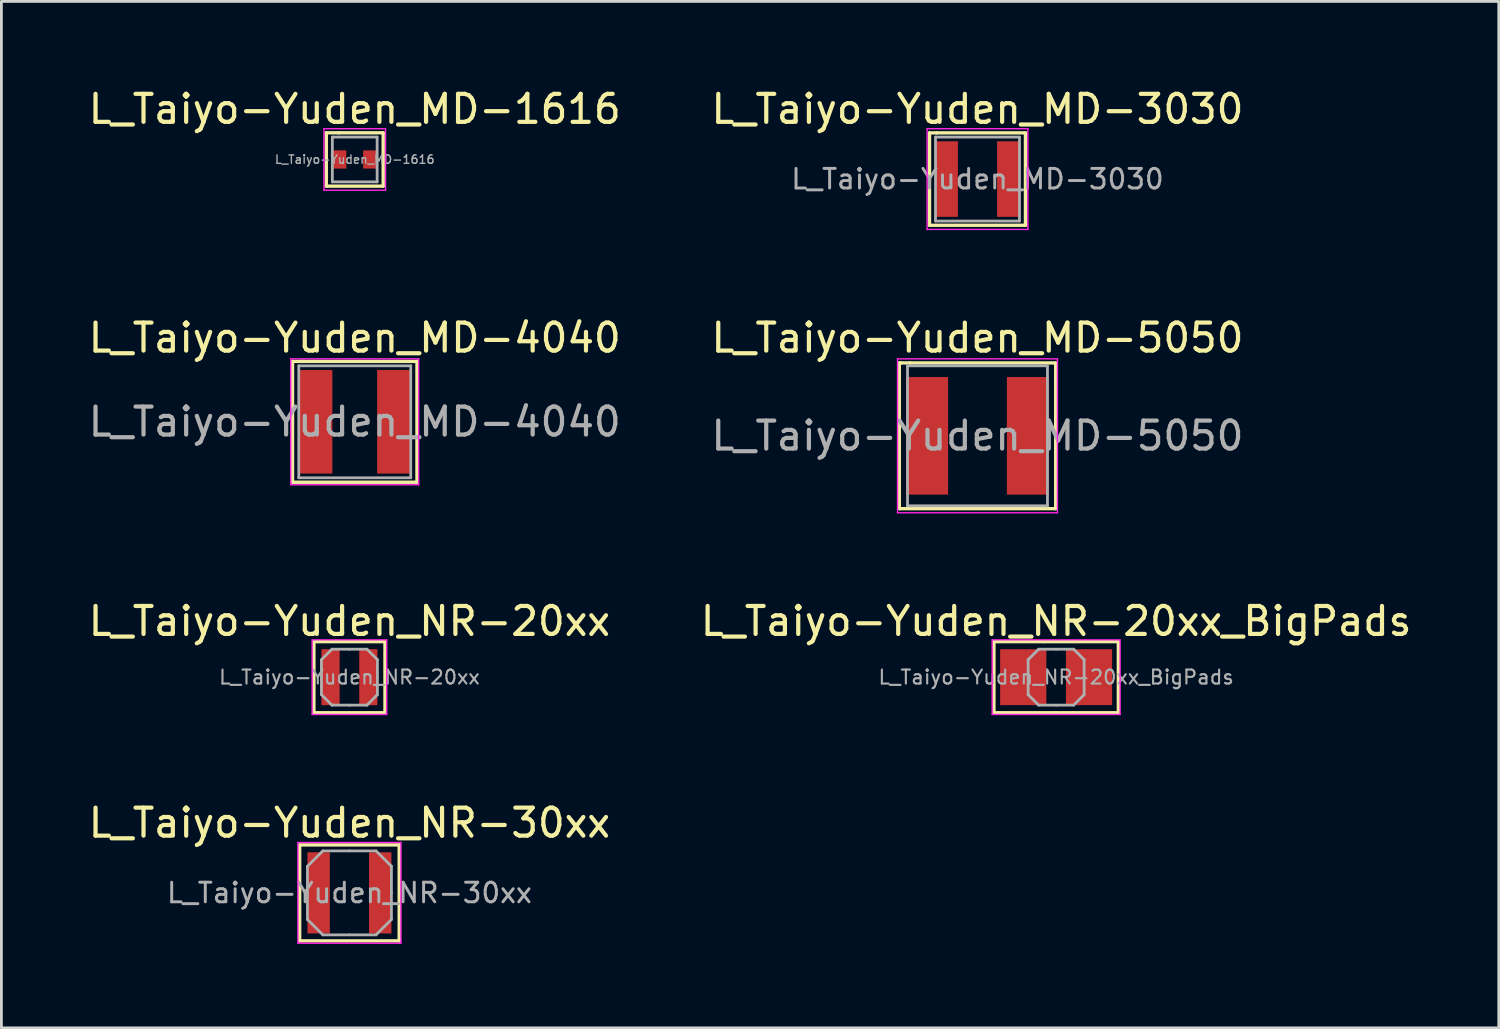
<source format=kicad_pcb>
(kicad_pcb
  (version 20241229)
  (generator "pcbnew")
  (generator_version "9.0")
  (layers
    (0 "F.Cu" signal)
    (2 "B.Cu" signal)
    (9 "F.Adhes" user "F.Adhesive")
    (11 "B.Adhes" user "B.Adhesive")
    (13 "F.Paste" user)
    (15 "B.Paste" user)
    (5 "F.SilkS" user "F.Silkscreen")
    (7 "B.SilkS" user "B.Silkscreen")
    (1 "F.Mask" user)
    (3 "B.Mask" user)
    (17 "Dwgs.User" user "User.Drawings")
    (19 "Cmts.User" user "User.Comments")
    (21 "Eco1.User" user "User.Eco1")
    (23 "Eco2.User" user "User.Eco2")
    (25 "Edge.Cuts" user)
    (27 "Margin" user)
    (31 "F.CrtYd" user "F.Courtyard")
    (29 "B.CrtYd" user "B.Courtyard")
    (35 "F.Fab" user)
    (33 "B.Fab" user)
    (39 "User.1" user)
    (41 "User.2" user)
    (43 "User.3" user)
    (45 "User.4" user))
  (footprint "L_Taiyo-Yuden_MD-1616"
    (layer "F.Cu")
    (at 9.625 2.648)
    (property "Reference" "L_Taiyo-Yuden_MD-1616" (at 0 -1.8 0) (layer "F.SilkS") (effects (font (size 1 1) (thickness 0.15))))
    (attr smd)
    (fp_line (start -1.016 -0.953) (end -1.016 0.953) (stroke (width 0.12) (type solid)) (layer "F.SilkS"))
    (fp_line (start -1.016 0.953) (end 1.016 0.953) (stroke (width 0.12) (type solid)) (layer "F.SilkS"))
    (fp_line (start -0.572 -0.953) (end -1.016 -0.953) (stroke (width 0.12) (type solid)) (layer "F.SilkS"))
    (fp_line (start 1.016 -0.953) (end -0.572 -0.953) (stroke (width 0.12) (type solid)) (layer "F.SilkS"))
    (fp_line (start 1.016 0.953) (end 1.016 -0.953) (stroke (width 0.12) (type solid)) (layer "F.SilkS"))
    (fp_line (start -1.1 -1.1) (end -1.1 1.1) (stroke (width 0.05) (type solid)) (layer "F.CrtYd"))
    (fp_line (start -1.1 1.1) (end 1.1 1.1) (stroke (width 0.05) (type solid)) (layer "F.CrtYd"))
    (fp_line (start 1.1 -1.1) (end -1.1 -1.1) (stroke (width 0.05) (type solid)) (layer "F.CrtYd"))
    (fp_line (start 1.1 1.1) (end 1.1 -1.1) (stroke (width 0.05) (type solid)) (layer "F.CrtYd"))
    (fp_line (start -0.8 -0.8) (end -0.8 0.8) (stroke (width 0.1) (type solid)) (layer "F.Fab"))
    (fp_line (start -0.8 0.8) (end 0.8 0.8) (stroke (width 0.1) (type solid)) (layer "F.Fab"))
    (fp_line (start 0.8 -0.8) (end -0.8 -0.8) (stroke (width 0.1) (type solid)) (layer "F.Fab"))
    (fp_line (start 0.8 0.8) (end 0.8 -0.8) (stroke (width 0.1) (type solid)) (layer "F.Fab"))
    (fp_text user "${REFERENCE}" (at 0 0 0) (layer "F.Fab") (effects (font (size 0.3 0.3) (thickness 0.05))))
    (pad "1" smd rect (at -0.55 0) (size 0.5 0.65) (layers "F.Cu" "F.Mask" "F.Paste"))
    (pad "2" smd rect (at 0.55 0) (size 0.5 0.65) (layers "F.Cu" "F.Mask" "F.Paste")))
  (footprint "L_Taiyo-Yuden_NR-20xx"
    (layer "F.Cu")
    (at 9.435 21.145)
    (property "Reference" "L_Taiyo-Yuden_NR-20xx" (at 0 -2 0) (layer "F.SilkS") (effects (font (size 1 1) (thickness 0.15))))
    (attr smd)
    (fp_line (start -1.27 -1.27) (end 1.27 -1.27) (stroke (width 0.12) (type solid)) (layer "F.SilkS"))
    (fp_line (start -1.27 1.27) (end -1.27 -1.27) (stroke (width 0.12) (type solid)) (layer "F.SilkS"))
    (fp_line (start 1.27 -1.27) (end 1.27 1.27) (stroke (width 0.12) (type solid)) (layer "F.SilkS"))
    (fp_line (start 1.27 1.27) (end -1.27 1.27) (stroke (width 0.12) (type solid)) (layer "F.SilkS"))
    (fp_line (start -1.333 -1.333) (end -1.333 1.333) (stroke (width 0.05) (type solid)) (layer "F.CrtYd"))
    (fp_line (start -1.333 1.333) (end 1.333 1.333) (stroke (width 0.05) (type solid)) (layer "F.CrtYd"))
    (fp_line (start 1.333 -1.333) (end -1.333 -1.333) (stroke (width 0.05) (type solid)) (layer "F.CrtYd"))
    (fp_line (start 1.333 1.333) (end 1.333 -1.333) (stroke (width 0.05) (type solid)) (layer "F.CrtYd"))
    (fp_line (start -1 -0.625) (end -0.625 -1) (stroke (width 0.1) (type solid)) (layer "F.Fab"))
    (fp_line (start -1 0) (end -1 -0.625) (stroke (width 0.1) (type solid)) (layer "F.Fab"))
    (fp_line (start -1 0) (end -1 0.625) (stroke (width 0.1) (type solid)) (layer "F.Fab"))
    (fp_line (start -1 0.625) (end -0.625 1) (stroke (width 0.1) (type solid)) (layer "F.Fab"))
    (fp_line (start -0.625 -1) (end 0 -1) (stroke (width 0.1) (type solid)) (layer "F.Fab"))
    (fp_line (start -0.625 1) (end 0 1) (stroke (width 0.1) (type solid)) (layer "F.Fab"))
    (fp_line (start 0.625 -1) (end 0 -1) (stroke (width 0.1) (type solid)) (layer "F.Fab"))
    (fp_line (start 0.625 1) (end 0 1) (stroke (width 0.1) (type solid)) (layer "F.Fab"))
    (fp_line (start 1 -0.625) (end 0.625 -1) (stroke (width 0.1) (type solid)) (layer "F.Fab"))
    (fp_line (start 1 0) (end 1 -0.625) (stroke (width 0.1) (type solid)) (layer "F.Fab"))
    (fp_line (start 1 0) (end 1 0.625) (stroke (width 0.1) (type solid)) (layer "F.Fab"))
    (fp_line (start 1 0.625) (end 0.625 1) (stroke (width 0.1) (type solid)) (layer "F.Fab"))
    (fp_text user "${REFERENCE}" (at 0 0 0) (layer "F.Fab") (effects (font (size 0.5 0.5) (thickness 0.075))))
    (pad "1" smd rect (at -0.675 0) (size 0.65 2) (layers "F.Cu" "F.Mask" "F.Paste"))
    (pad "2" smd rect (at 0.675 0) (size 0.65 2) (layers "F.Cu" "F.Mask" "F.Paste")))
  (footprint "L_Taiyo-Yuden_MD-4040"
    (layer "F.Cu")
    (at 9.625 12.021)
    (property "Reference" "L_Taiyo-Yuden_MD-4040" (at 0 -3 0) (layer "F.SilkS") (effects (font (size 1 1) (thickness 0.15))))
    (attr smd)
    (fp_line (start -2.223 -2.159) (end -2.223 2.159) (stroke (width 0.12) (type solid)) (layer "F.SilkS"))
    (fp_line (start -2.223 2.159) (end 2.223 2.159) (stroke (width 0.12) (type solid)) (layer "F.SilkS"))
    (fp_line (start -1.905 -2.159) (end -2.223 -2.159) (stroke (width 0.12) (type solid)) (layer "F.SilkS"))
    (fp_line (start -1.841 -2.159) (end -1.905 -2.159) (stroke (width 0.12) (type solid)) (layer "F.SilkS"))
    (fp_line (start 2.223 -2.159) (end -1.841 -2.159) (stroke (width 0.12) (type solid)) (layer "F.SilkS"))
    (fp_line (start 2.223 2.159) (end 2.223 -2.159) (stroke (width 0.12) (type solid)) (layer "F.SilkS"))
    (fp_line (start -2.286 -2.25) (end -2.286 2.25) (stroke (width 0.05) (type solid)) (layer "F.CrtYd"))
    (fp_line (start -2.286 2.25) (end 2.286 2.25) (stroke (width 0.05) (type solid)) (layer "F.CrtYd"))
    (fp_line (start 2.286 -2.25) (end -2.286 -2.25) (stroke (width 0.05) (type solid)) (layer "F.CrtYd"))
    (fp_line (start 2.286 2.25) (end 2.286 -2.25) (stroke (width 0.05) (type solid)) (layer "F.CrtYd"))
    (fp_line (start -2 -2) (end -2 2) (stroke (width 0.1) (type solid)) (layer "F.Fab"))
    (fp_line (start -2 2) (end 2 2) (stroke (width 0.1) (type solid)) (layer "F.Fab"))
    (fp_line (start 2 -2) (end -2 -2) (stroke (width 0.1) (type solid)) (layer "F.Fab"))
    (fp_line (start 2 2) (end 2 -2) (stroke (width 0.1) (type solid)) (layer "F.Fab"))
    (fp_text user "${REFERENCE}" (at 0 0 0) (layer "F.Fab") (effects (font (size 1 1) (thickness 0.15))))
    (pad "1" smd rect (at -1.4 0) (size 1.2 3.7) (layers "F.Cu" "F.Mask" "F.Paste"))
    (pad "2" smd rect (at 1.4 0) (size 1.2 3.7) (layers "F.Cu" "F.Mask" "F.Paste")))
  (footprint "L_Taiyo-Yuden_NR-20xx_BigPads"
    (layer "F.Cu")
    (at 34.685 21.145)
    (property "Reference" "L_Taiyo-Yuden_NR-20xx_BigPads" (at 0 -2 0) (layer "F.SilkS") (effects (font (size 1 1) (thickness 0.15))))
    (attr smd)
    (fp_line (start -2.223 -1.27) (end -2.223 1.27) (stroke (width 0.12) (type solid)) (layer "F.SilkS"))
    (fp_line (start -2.223 1.27) (end 2.223 1.27) (stroke (width 0.12) (type solid)) (layer "F.SilkS"))
    (fp_line (start -0.445 -1.27) (end -2.223 -1.27) (stroke (width 0.12) (type solid)) (layer "F.SilkS"))
    (fp_line (start 2.223 -1.27) (end -0.445 -1.27) (stroke (width 0.12) (type solid)) (layer "F.SilkS"))
    (fp_line (start 2.223 1.27) (end 2.223 -1.27) (stroke (width 0.12) (type solid)) (layer "F.SilkS"))
    (fp_line (start -2.286 -1.333) (end -2.286 1.333) (stroke (width 0.05) (type solid)) (layer "F.CrtYd"))
    (fp_line (start -2.286 1.333) (end 2.286 1.333) (stroke (width 0.05) (type solid)) (layer "F.CrtYd"))
    (fp_line (start 2.286 -1.333) (end -2.286 -1.333) (stroke (width 0.05) (type solid)) (layer "F.CrtYd"))
    (fp_line (start 2.286 1.333) (end 2.286 -1.333) (stroke (width 0.05) (type solid)) (layer "F.CrtYd"))
    (fp_line (start -1 -0.625) (end -0.625 -1) (stroke (width 0.1) (type solid)) (layer "F.Fab"))
    (fp_line (start -1 0) (end -1 -0.625) (stroke (width 0.1) (type solid)) (layer "F.Fab"))
    (fp_line (start -1 0) (end -1 0.625) (stroke (width 0.1) (type solid)) (layer "F.Fab"))
    (fp_line (start -1 0.625) (end -0.625 1) (stroke (width 0.1) (type solid)) (layer "F.Fab"))
    (fp_line (start -0.625 -1) (end 0 -1) (stroke (width 0.1) (type solid)) (layer "F.Fab"))
    (fp_line (start -0.625 1) (end 0 1) (stroke (width 0.1) (type solid)) (layer "F.Fab"))
    (fp_line (start 0.625 -1) (end 0 -1) (stroke (width 0.1) (type solid)) (layer "F.Fab"))
    (fp_line (start 0.625 1) (end 0 1) (stroke (width 0.1) (type solid)) (layer "F.Fab"))
    (fp_line (start 1 -0.625) (end 0.625 -1) (stroke (width 0.1) (type solid)) (layer "F.Fab"))
    (fp_line (start 1 0) (end 1 -0.625) (stroke (width 0.1) (type solid)) (layer "F.Fab"))
    (fp_line (start 1 0) (end 1 0.625) (stroke (width 0.1) (type solid)) (layer "F.Fab"))
    (fp_line (start 1 0.625) (end 0.625 1) (stroke (width 0.1) (type solid)) (layer "F.Fab"))
    (fp_text user "${REFERENCE}" (at 0 0 0) (layer "F.Fab") (effects (font (size 0.5 0.5) (thickness 0.075))))
    (pad "1" smd rect (at -1.175 0) (size 1.65 2) (layers "F.Cu" "F.Mask" "F.Paste"))
    (pad "2" smd rect (at 1.175 0) (size 1.65 2) (layers "F.Cu" "F.Mask" "F.Paste")))
  (footprint "L_Taiyo-Yuden_MD-5050"
    (layer "F.Cu")
    (at 31.875 12.521)
    (property "Reference" "L_Taiyo-Yuden_MD-5050" (at 0 -3.5 0) (layer "F.SilkS") (effects (font (size 1 1) (thickness 0.15))))
    (attr smd)
    (fp_line (start -2.794 -2.603) (end -2.794 2.603) (stroke (width 0.12) (type solid)) (layer "F.SilkS"))
    (fp_line (start -2.794 2.603) (end 2.794 2.603) (stroke (width 0.12) (type solid)) (layer "F.SilkS"))
    (fp_line (start -2.731 -2.603) (end -2.794 -2.603) (stroke (width 0.12) (type solid)) (layer "F.SilkS"))
    (fp_line (start -2.413 -2.603) (end -2.731 -2.603) (stroke (width 0.12) (type solid)) (layer "F.SilkS"))
    (fp_line (start 2.794 -2.603) (end -2.413 -2.603) (stroke (width 0.12) (type solid)) (layer "F.SilkS"))
    (fp_line (start 2.794 2.603) (end 2.794 -2.603) (stroke (width 0.12) (type solid)) (layer "F.SilkS"))
    (fp_line (start -2.857 -2.75) (end -2.857 2.75) (stroke (width 0.05) (type solid)) (layer "F.CrtYd"))
    (fp_line (start -2.857 2.75) (end 2.857 2.75) (stroke (width 0.05) (type solid)) (layer "F.CrtYd"))
    (fp_line (start 2.857 -2.75) (end -2.857 -2.75) (stroke (width 0.05) (type solid)) (layer "F.CrtYd"))
    (fp_line (start 2.857 2.75) (end 2.857 -2.75) (stroke (width 0.05) (type solid)) (layer "F.CrtYd"))
    (fp_line (start -2.5 -2.5) (end -2.5 2.5) (stroke (width 0.1) (type solid)) (layer "F.Fab"))
    (fp_line (start -2.5 2.5) (end 2.5 2.5) (stroke (width 0.1) (type solid)) (layer "F.Fab"))
    (fp_line (start 2.5 -2.5) (end -2.5 -2.5) (stroke (width 0.1) (type solid)) (layer "F.Fab"))
    (fp_line (start 2.5 2.5) (end 2.5 -2.5) (stroke (width 0.1) (type solid)) (layer "F.Fab"))
    (fp_text user "${REFERENCE}" (at 0 0 0) (layer "F.Fab") (effects (font (size 1 1) (thickness 0.15))))
    (pad "1" smd rect (at -1.8 0) (size 1.5 4.2) (layers "F.Cu" "F.Mask" "F.Paste"))
    (pad "2" smd rect (at 1.8 0) (size 1.5 4.2) (layers "F.Cu" "F.Mask" "F.Paste")))
  (footprint "L_Taiyo-Yuden_MD-3030"
    (layer "F.Cu")
    (at 31.875 3.348)
    (property "Reference" "L_Taiyo-Yuden_MD-3030" (at 0 -2.5 0) (layer "F.SilkS") (effects (font (size 1 1) (thickness 0.15))))
    (attr smd)
    (fp_line (start -1.714 -1.651) (end -1.714 1.651) (stroke (width 0.12) (type solid)) (layer "F.SilkS"))
    (fp_line (start -1.714 1.651) (end 1.714 1.651) (stroke (width 0.12) (type solid)) (layer "F.SilkS"))
    (fp_line (start -1.46 -1.651) (end -1.714 -1.651) (stroke (width 0.12) (type solid)) (layer "F.SilkS"))
    (fp_line (start 1.714 -1.651) (end -1.46 -1.651) (stroke (width 0.12) (type solid)) (layer "F.SilkS"))
    (fp_line (start 1.714 1.651) (end 1.714 -1.651) (stroke (width 0.12) (type solid)) (layer "F.SilkS"))
    (fp_line (start -1.8 -1.8) (end -1.8 1.8) (stroke (width 0.05) (type solid)) (layer "F.CrtYd"))
    (fp_line (start -1.8 1.8) (end 1.8 1.8) (stroke (width 0.05) (type solid)) (layer "F.CrtYd"))
    (fp_line (start 1.8 -1.8) (end -1.8 -1.8) (stroke (width 0.05) (type solid)) (layer "F.CrtYd"))
    (fp_line (start 1.8 1.8) (end 1.8 -1.8) (stroke (width 0.05) (type solid)) (layer "F.CrtYd"))
    (fp_line (start -1.5 -1.5) (end -1.5 1.5) (stroke (width 0.1) (type solid)) (layer "F.Fab"))
    (fp_line (start -1.5 1.5) (end 1.5 1.5) (stroke (width 0.1) (type solid)) (layer "F.Fab"))
    (fp_line (start 1.5 -1.5) (end -1.5 -1.5) (stroke (width 0.1) (type solid)) (layer "F.Fab"))
    (fp_line (start 1.5 1.5) (end 1.5 -1.5) (stroke (width 0.1) (type solid)) (layer "F.Fab"))
    (fp_text user "${REFERENCE}" (at 0 0 0) (layer "F.Fab") (effects (font (size 0.7 0.7) (thickness 0.105))))
    (pad "1" smd rect (at -1.1 0) (size 0.8 2.7) (layers "F.Cu" "F.Mask" "F.Paste"))
    (pad "2" smd rect (at 1.1 0) (size 0.8 2.7) (layers "F.Cu" "F.Mask" "F.Paste")))
  (footprint "L_Taiyo-Yuden_NR-30xx"
    (layer "F.Cu")
    (at 9.435 28.852)
    (property "Reference" "L_Taiyo-Yuden_NR-30xx" (at 0 -2.5 0) (layer "F.SilkS") (effects (font (size 1 1) (thickness 0.15))))
    (attr smd)
    (fp_line (start -1.778 -1.714) (end -1.778 1.714) (stroke (width 0.12) (type solid)) (layer "F.SilkS"))
    (fp_line (start -1.778 1.714) (end 1.778 1.714) (stroke (width 0.12) (type solid)) (layer "F.SilkS"))
    (fp_line (start 1.778 -1.714) (end -1.778 -1.714) (stroke (width 0.12) (type solid)) (layer "F.SilkS"))
    (fp_line (start 1.778 1.714) (end 1.778 -1.714) (stroke (width 0.12) (type solid)) (layer "F.SilkS"))
    (fp_line (start -1.841 -1.8) (end -1.841 1.8) (stroke (width 0.05) (type solid)) (layer "F.CrtYd"))
    (fp_line (start -1.841 1.8) (end 1.841 1.8) (stroke (width 0.05) (type solid)) (layer "F.CrtYd"))
    (fp_line (start 1.841 -1.8) (end -1.841 -1.8) (stroke (width 0.05) (type solid)) (layer "F.CrtYd"))
    (fp_line (start 1.841 1.8) (end 1.841 -1.8) (stroke (width 0.05) (type solid)) (layer "F.CrtYd"))
    (fp_line (start -1.5 -0.95) (end -0.95 -1.5) (stroke (width 0.1) (type solid)) (layer "F.Fab"))
    (fp_line (start -1.5 0) (end -1.5 -0.95) (stroke (width 0.1) (type solid)) (layer "F.Fab"))
    (fp_line (start -1.5 0) (end -1.5 0.95) (stroke (width 0.1) (type solid)) (layer "F.Fab"))
    (fp_line (start -1.5 0.95) (end -0.95 1.5) (stroke (width 0.1) (type solid)) (layer "F.Fab"))
    (fp_line (start -0.95 -1.5) (end 0 -1.5) (stroke (width 0.1) (type solid)) (layer "F.Fab"))
    (fp_line (start -0.95 1.5) (end 0 1.5) (stroke (width 0.1) (type solid)) (layer "F.Fab"))
    (fp_line (start 0.95 -1.5) (end 0 -1.5) (stroke (width 0.1) (type solid)) (layer "F.Fab"))
    (fp_line (start 0.95 1.5) (end 0 1.5) (stroke (width 0.1) (type solid)) (layer "F.Fab"))
    (fp_line (start 1.5 -0.95) (end 0.95 -1.5) (stroke (width 0.1) (type solid)) (layer "F.Fab"))
    (fp_line (start 1.5 0) (end 1.5 -0.95) (stroke (width 0.1) (type solid)) (layer "F.Fab"))
    (fp_line (start 1.5 0) (end 1.5 0.95) (stroke (width 0.1) (type solid)) (layer "F.Fab"))
    (fp_line (start 1.5 0.95) (end 0.95 1.5) (stroke (width 0.1) (type solid)) (layer "F.Fab"))
    (fp_text user "${REFERENCE}" (at 0 0 0) (layer "F.Fab") (effects (font (size 0.7 0.7) (thickness 0.105))))
    (pad "1" smd rect (at -1.1 0) (size 0.8 2.9) (layers "F.Cu" "F.Mask" "F.Paste"))
    (pad "2" smd rect (at 1.1 0) (size 0.8 2.9) (layers "F.Cu" "F.Mask" "F.Paste")))
  (gr_rect
    (start -3 -3)
    (end 50.5 33.676)
    (stroke (width 0.1) (type default))
    (fill no)
    (layer "Edge.Cuts")))
</source>
